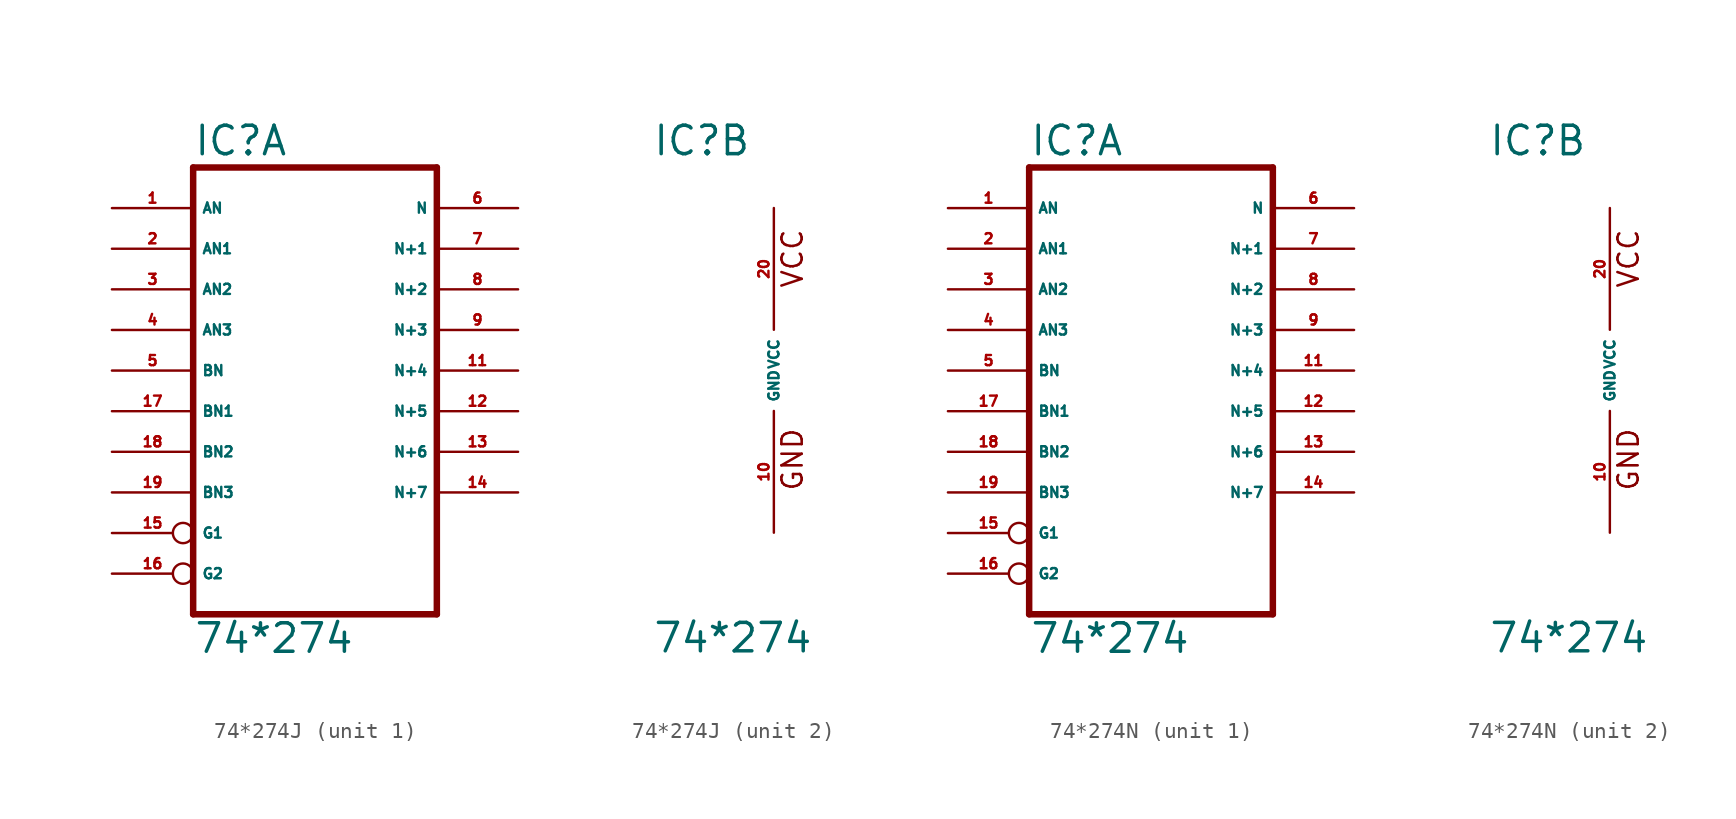
<source format=kicad_sym>
(kicad_symbol_lib
  (version 20220914)
  (generator Eagle2Kicad)
  (symbol "74*274J"
    (property "Reference" "IC"
      (at -7.62 13.335 0)
      (effects (font (size 1.778 1.778) (thickness 0.22)) (justify left bottom)))
    (property "Value" "74*274"
      (at -7.62 -17.78 0)
      (effects (font (size 1.778 1.778) (thickness 0.22)) (justify left bottom)))
    (symbol "74*274J_1_0"
      (polyline (pts (xy -7.62 -15.24) (xy 7.62 -15.24)) (stroke (width 0.406) (type default)) (fill (type none)))
      (polyline (pts (xy 7.62 -15.24) (xy 7.62 12.7)) (stroke (width 0.406) (type default)) (fill (type none)))
      (polyline (pts (xy 7.62 12.7) (xy -7.62 12.7)) (stroke (width 0.406) (type default)) (fill (type none)))
      (polyline (pts (xy -7.62 12.7) (xy -7.62 -15.24)) (stroke (width 0.406) (type default)) (fill (type none)))
      (pin input line (at -12.7 10.16 0) (length 5.08) (name "AN" (effects (font (size 0.635 0.635) (thickness 0.08)) (justify left bottom))) (number "1" (effects (font (size 0.635 0.635) (thickness 0.08)) (justify left bottom))))
      (pin input line (at -12.7 7.62 0) (length 5.08) (name "AN1" (effects (font (size 0.635 0.635) (thickness 0.08)) (justify left bottom))) (number "2" (effects (font (size 0.635 0.635) (thickness 0.08)) (justify left bottom))))
      (pin input line (at -12.7 5.08 0) (length 5.08) (name "AN2" (effects (font (size 0.635 0.635) (thickness 0.08)) (justify left bottom))) (number "3" (effects (font (size 0.635 0.635) (thickness 0.08)) (justify left bottom))))
      (pin input line (at -12.7 2.54 0) (length 5.08) (name "AN3" (effects (font (size 0.635 0.635) (thickness 0.08)) (justify left bottom))) (number "4" (effects (font (size 0.635 0.635) (thickness 0.08)) (justify left bottom))))
      (pin input line (at -12.7 0 0) (length 5.08) (name "BN" (effects (font (size 0.635 0.635) (thickness 0.08)) (justify left bottom))) (number "5" (effects (font (size 0.635 0.635) (thickness 0.08)) (justify left bottom))))
      (pin output line (at 12.7 10.16 180) (length 5.08) (name "N" (effects (font (size 0.635 0.635) (thickness 0.08)) (justify left bottom))) (number "6" (effects (font (size 0.635 0.635) (thickness 0.08)) (justify left bottom))))
      (pin output line (at 12.7 7.62 180) (length 5.08) (name "N+1" (effects (font (size 0.635 0.635) (thickness 0.08)) (justify left bottom))) (number "7" (effects (font (size 0.635 0.635) (thickness 0.08)) (justify left bottom))))
      (pin output line (at 12.7 5.08 180) (length 5.08) (name "N+2" (effects (font (size 0.635 0.635) (thickness 0.08)) (justify left bottom))) (number "8" (effects (font (size 0.635 0.635) (thickness 0.08)) (justify left bottom))))
      (pin output line (at 12.7 2.54 180) (length 5.08) (name "N+3" (effects (font (size 0.635 0.635) (thickness 0.08)) (justify left bottom))) (number "9" (effects (font (size 0.635 0.635) (thickness 0.08)) (justify left bottom))))
      (pin output line (at 12.7 0 180) (length 5.08) (name "N+4" (effects (font (size 0.635 0.635) (thickness 0.08)) (justify left bottom))) (number "11" (effects (font (size 0.635 0.635) (thickness 0.08)) (justify left bottom))))
      (pin output line (at 12.7 -2.54 180) (length 5.08) (name "N+5" (effects (font (size 0.635 0.635) (thickness 0.08)) (justify left bottom))) (number "12" (effects (font (size 0.635 0.635) (thickness 0.08)) (justify left bottom))))
      (pin output line (at 12.7 -5.08 180) (length 5.08) (name "N+6" (effects (font (size 0.635 0.635) (thickness 0.08)) (justify left bottom))) (number "13" (effects (font (size 0.635 0.635) (thickness 0.08)) (justify left bottom))))
      (pin output line (at 12.7 -7.62 180) (length 5.08) (name "N+7" (effects (font (size 0.635 0.635) (thickness 0.08)) (justify left bottom))) (number "14" (effects (font (size 0.635 0.635) (thickness 0.08)) (justify left bottom))))
      (pin input inverted (at -12.7 -10.16 0) (length 5.08) (name "G1" (effects (font (size 0.635 0.635) (thickness 0.08)) (justify left bottom))) (number "15" (effects (font (size 0.635 0.635) (thickness 0.08)) (justify left bottom))))
      (pin input inverted (at -12.7 -12.7 0) (length 5.08) (name "G2" (effects (font (size 0.635 0.635) (thickness 0.08)) (justify left bottom))) (number "16" (effects (font (size 0.635 0.635) (thickness 0.08)) (justify left bottom))))
      (pin input line (at -12.7 -2.54 0) (length 5.08) (name "BN1" (effects (font (size 0.635 0.635) (thickness 0.08)) (justify left bottom))) (number "17" (effects (font (size 0.635 0.635) (thickness 0.08)) (justify left bottom))))
      (pin input line (at -12.7 -5.08 0) (length 5.08) (name "BN2" (effects (font (size 0.635 0.635) (thickness 0.08)) (justify left bottom))) (number "18" (effects (font (size 0.635 0.635) (thickness 0.08)) (justify left bottom))))
      (pin input line (at -12.7 -7.62 0) (length 5.08) (name "BN3" (effects (font (size 0.635 0.635) (thickness 0.08)) (justify left bottom))) (number "19" (effects (font (size 0.635 0.635) (thickness 0.08)) (justify left bottom)))))
    (symbol "74*274J_2_0"
      (text "GND" (at 1.905 -7.62 900) (effects (font (size 1.27 1.27) (thickness 0.16)) (justify left bottom)))
      (text "VCC" (at 1.905 5.08 900) (effects (font (size 1.27 1.27) (thickness 0.16)) (justify left bottom)))
      (pin unspecified line (at 0 -10.16 90) (length 7.62) (name "GND" (effects (font (size 0.635 0.635) (thickness 0.08)) (justify left bottom))) (number "10" (effects (font (size 0.635 0.635) (thickness 0.08)) (justify left bottom))))
      (pin unspecified line (at 0 10.16 270) (length 7.62) (name "VCC" (effects (font (size 0.635 0.635) (thickness 0.08)) (justify left bottom))) (number "20" (effects (font (size 0.635 0.635) (thickness 0.08)) (justify left bottom))))))
  (symbol "74*274N"
    (property "Reference" "IC"
      (at -7.62 13.335 0)
      (effects (font (size 1.778 1.778) (thickness 0.22)) (justify left bottom)))
    (property "Value" "74*274"
      (at -7.62 -17.78 0)
      (effects (font (size 1.778 1.778) (thickness 0.22)) (justify left bottom)))
    (symbol "74*274N_1_0"
      (polyline (pts (xy -7.62 -15.24) (xy 7.62 -15.24)) (stroke (width 0.406) (type default)) (fill (type none)))
      (polyline (pts (xy 7.62 -15.24) (xy 7.62 12.7)) (stroke (width 0.406) (type default)) (fill (type none)))
      (polyline (pts (xy 7.62 12.7) (xy -7.62 12.7)) (stroke (width 0.406) (type default)) (fill (type none)))
      (polyline (pts (xy -7.62 12.7) (xy -7.62 -15.24)) (stroke (width 0.406) (type default)) (fill (type none)))
      (pin input line (at -12.7 10.16 0) (length 5.08) (name "AN" (effects (font (size 0.635 0.635) (thickness 0.08)) (justify left bottom))) (number "1" (effects (font (size 0.635 0.635) (thickness 0.08)) (justify left bottom))))
      (pin input line (at -12.7 7.62 0) (length 5.08) (name "AN1" (effects (font (size 0.635 0.635) (thickness 0.08)) (justify left bottom))) (number "2" (effects (font (size 0.635 0.635) (thickness 0.08)) (justify left bottom))))
      (pin input line (at -12.7 5.08 0) (length 5.08) (name "AN2" (effects (font (size 0.635 0.635) (thickness 0.08)) (justify left bottom))) (number "3" (effects (font (size 0.635 0.635) (thickness 0.08)) (justify left bottom))))
      (pin input line (at -12.7 2.54 0) (length 5.08) (name "AN3" (effects (font (size 0.635 0.635) (thickness 0.08)) (justify left bottom))) (number "4" (effects (font (size 0.635 0.635) (thickness 0.08)) (justify left bottom))))
      (pin input line (at -12.7 0 0) (length 5.08) (name "BN" (effects (font (size 0.635 0.635) (thickness 0.08)) (justify left bottom))) (number "5" (effects (font (size 0.635 0.635) (thickness 0.08)) (justify left bottom))))
      (pin output line (at 12.7 10.16 180) (length 5.08) (name "N" (effects (font (size 0.635 0.635) (thickness 0.08)) (justify left bottom))) (number "6" (effects (font (size 0.635 0.635) (thickness 0.08)) (justify left bottom))))
      (pin output line (at 12.7 7.62 180) (length 5.08) (name "N+1" (effects (font (size 0.635 0.635) (thickness 0.08)) (justify left bottom))) (number "7" (effects (font (size 0.635 0.635) (thickness 0.08)) (justify left bottom))))
      (pin output line (at 12.7 5.08 180) (length 5.08) (name "N+2" (effects (font (size 0.635 0.635) (thickness 0.08)) (justify left bottom))) (number "8" (effects (font (size 0.635 0.635) (thickness 0.08)) (justify left bottom))))
      (pin output line (at 12.7 2.54 180) (length 5.08) (name "N+3" (effects (font (size 0.635 0.635) (thickness 0.08)) (justify left bottom))) (number "9" (effects (font (size 0.635 0.635) (thickness 0.08)) (justify left bottom))))
      (pin output line (at 12.7 0 180) (length 5.08) (name "N+4" (effects (font (size 0.635 0.635) (thickness 0.08)) (justify left bottom))) (number "11" (effects (font (size 0.635 0.635) (thickness 0.08)) (justify left bottom))))
      (pin output line (at 12.7 -2.54 180) (length 5.08) (name "N+5" (effects (font (size 0.635 0.635) (thickness 0.08)) (justify left bottom))) (number "12" (effects (font (size 0.635 0.635) (thickness 0.08)) (justify left bottom))))
      (pin output line (at 12.7 -5.08 180) (length 5.08) (name "N+6" (effects (font (size 0.635 0.635) (thickness 0.08)) (justify left bottom))) (number "13" (effects (font (size 0.635 0.635) (thickness 0.08)) (justify left bottom))))
      (pin output line (at 12.7 -7.62 180) (length 5.08) (name "N+7" (effects (font (size 0.635 0.635) (thickness 0.08)) (justify left bottom))) (number "14" (effects (font (size 0.635 0.635) (thickness 0.08)) (justify left bottom))))
      (pin input inverted (at -12.7 -10.16 0) (length 5.08) (name "G1" (effects (font (size 0.635 0.635) (thickness 0.08)) (justify left bottom))) (number "15" (effects (font (size 0.635 0.635) (thickness 0.08)) (justify left bottom))))
      (pin input inverted (at -12.7 -12.7 0) (length 5.08) (name "G2" (effects (font (size 0.635 0.635) (thickness 0.08)) (justify left bottom))) (number "16" (effects (font (size 0.635 0.635) (thickness 0.08)) (justify left bottom))))
      (pin input line (at -12.7 -2.54 0) (length 5.08) (name "BN1" (effects (font (size 0.635 0.635) (thickness 0.08)) (justify left bottom))) (number "17" (effects (font (size 0.635 0.635) (thickness 0.08)) (justify left bottom))))
      (pin input line (at -12.7 -5.08 0) (length 5.08) (name "BN2" (effects (font (size 0.635 0.635) (thickness 0.08)) (justify left bottom))) (number "18" (effects (font (size 0.635 0.635) (thickness 0.08)) (justify left bottom))))
      (pin input line (at -12.7 -7.62 0) (length 5.08) (name "BN3" (effects (font (size 0.635 0.635) (thickness 0.08)) (justify left bottom))) (number "19" (effects (font (size 0.635 0.635) (thickness 0.08)) (justify left bottom)))))
    (symbol "74*274N_2_0"
      (text "GND" (at 1.905 -7.62 900) (effects (font (size 1.27 1.27) (thickness 0.16)) (justify left bottom)))
      (text "VCC" (at 1.905 5.08 900) (effects (font (size 1.27 1.27) (thickness 0.16)) (justify left bottom)))
      (pin unspecified line (at 0 -10.16 90) (length 7.62) (name "GND" (effects (font (size 0.635 0.635) (thickness 0.08)) (justify left bottom))) (number "10" (effects (font (size 0.635 0.635) (thickness 0.08)) (justify left bottom))))
      (pin unspecified line (at 0 10.16 270) (length 7.62) (name "VCC" (effects (font (size 0.635 0.635) (thickness 0.08)) (justify left bottom))) (number "20" (effects (font (size 0.635 0.635) (thickness 0.08)) (justify left bottom)))))))
</source>
